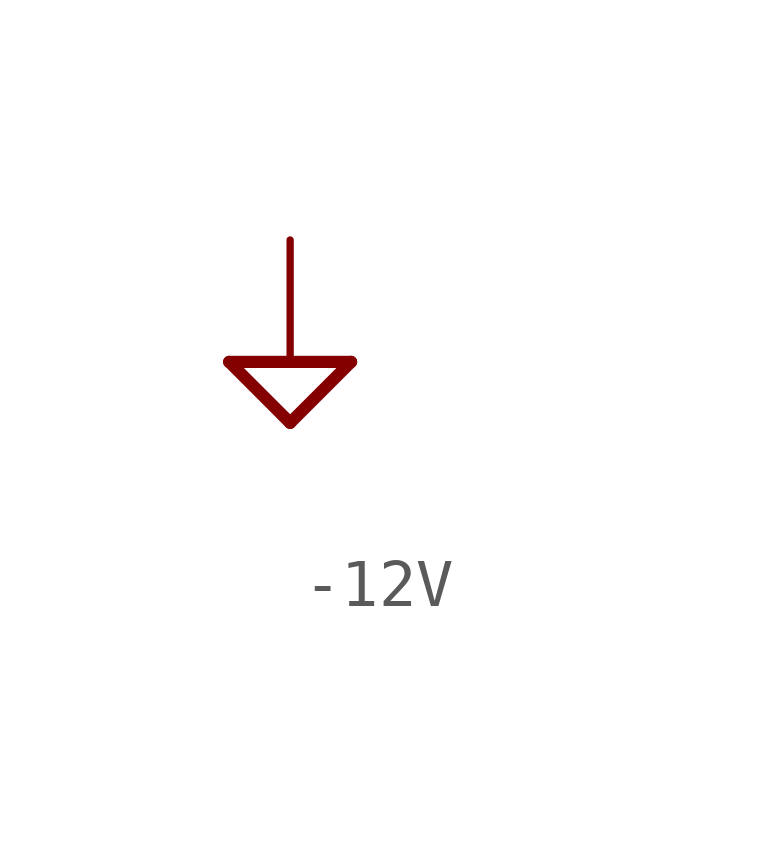
<source format=kicad_sym>
(kicad_symbol_lib
  (version 20231120)
  (generator "kicad_symbol_editor")
  (generator_version "8.0")
  (symbol "-12V"
    (power)
    (property "Reference" "#-12V"
      (at 0 0 0)
      (effects (font (size 1.27 1.27)) (hide yes)))
    (property "Value" ""
      (at 5.08 -2.54 0)
      (effects (font (size 1.778 1.778)) (justify right top)))
    (property "ki_locked" ""
      (at 0 0 0)
      (effects (font (size 1.27 1.27))))
    (symbol "-12V_1_0"
      (polyline (pts (xy -1.27 0) (xy 0 -1.27)) (stroke (width 0.254) (type solid)) (fill (type none)))
      (polyline (pts (xy 0 -1.27) (xy 1.27 0)) (stroke (width 0.254) (type solid)) (fill (type none)))
      (polyline (pts (xy 1.27 0) (xy -1.27 0)) (stroke (width 0.254) (type solid)) (fill (type none)))
      (pin power_in line (at 0 2.54 270) (length 2.54) (name "-12V" (effects (font (size 0 0)))) (number "1" (effects (font (size 0 0))))))))
</source>
